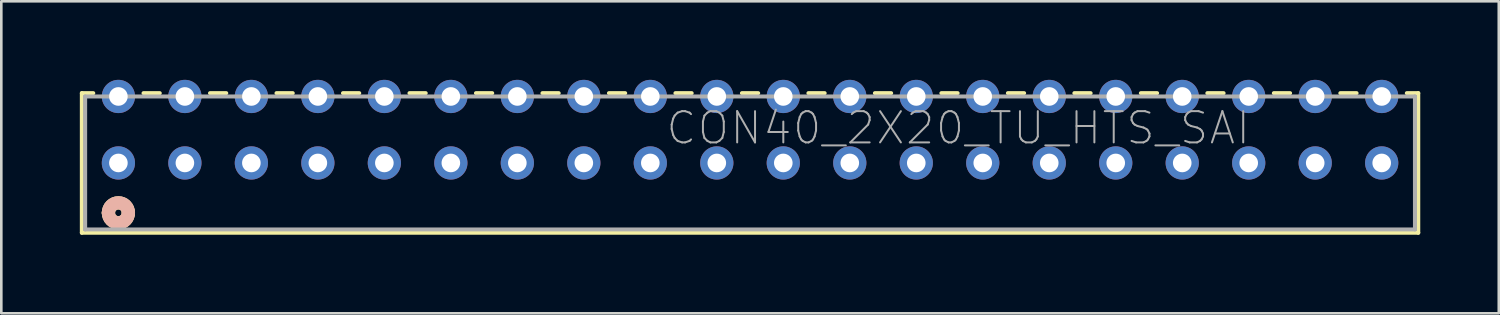
<source format=kicad_pcb>
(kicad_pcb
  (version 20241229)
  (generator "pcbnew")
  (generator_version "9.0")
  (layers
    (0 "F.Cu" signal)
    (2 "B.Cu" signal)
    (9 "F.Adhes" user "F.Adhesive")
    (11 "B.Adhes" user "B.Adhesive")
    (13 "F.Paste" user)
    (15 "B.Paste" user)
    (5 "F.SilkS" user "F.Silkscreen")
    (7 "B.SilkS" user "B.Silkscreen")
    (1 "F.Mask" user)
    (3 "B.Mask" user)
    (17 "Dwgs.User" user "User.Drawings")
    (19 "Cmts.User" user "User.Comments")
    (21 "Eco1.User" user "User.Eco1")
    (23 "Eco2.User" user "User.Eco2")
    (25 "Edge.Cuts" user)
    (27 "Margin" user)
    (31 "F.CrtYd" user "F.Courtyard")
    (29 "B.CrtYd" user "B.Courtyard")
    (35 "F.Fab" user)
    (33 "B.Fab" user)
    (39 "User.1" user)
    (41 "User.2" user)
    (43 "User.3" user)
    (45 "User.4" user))
  (footprint "CON40_2X20_TU_HTS_SAI"
    (layer "F.Cu")
    (at 25.603 1.905)
    (property "Reference" "CON40_2X20_TU_HTS_SAI" (at -3.271 0.635 0) (unlocked yes) (layer "F.Fab") (effects (font (size 1.194 1.194) (thickness 0.076)) (justify left bottom)))
    (fp_line (start -25.527 -1.397) (end -25.527 3.937) (stroke (width 0.152) (type solid)) (layer "F.SilkS"))
    (fp_line (start -25.527 3.937) (end 25.527 3.937) (stroke (width 0.152) (type solid)) (layer "F.SilkS"))
    (fp_line (start -25.089 -1.397) (end -25.527 -1.397) (stroke (width 0.152) (type solid)) (layer "F.SilkS"))
    (fp_line (start -22.549 -1.397) (end -23.171 -1.397) (stroke (width 0.152) (type solid)) (layer "F.SilkS"))
    (fp_line (start -20.009 -1.397) (end -20.631 -1.397) (stroke (width 0.152) (type solid)) (layer "F.SilkS"))
    (fp_line (start -17.469 -1.397) (end -18.091 -1.397) (stroke (width 0.152) (type solid)) (layer "F.SilkS"))
    (fp_line (start -14.929 -1.397) (end -15.551 -1.397) (stroke (width 0.152) (type solid)) (layer "F.SilkS"))
    (fp_line (start -12.389 -1.397) (end -13.011 -1.397) (stroke (width 0.152) (type solid)) (layer "F.SilkS"))
    (fp_line (start -9.849 -1.397) (end -10.471 -1.397) (stroke (width 0.152) (type solid)) (layer "F.SilkS"))
    (fp_line (start -7.309 -1.397) (end -7.931 -1.397) (stroke (width 0.152) (type solid)) (layer "F.SilkS"))
    (fp_line (start -4.769 -1.397) (end -5.391 -1.397) (stroke (width 0.152) (type solid)) (layer "F.SilkS"))
    (fp_line (start -2.229 -1.397) (end -2.851 -1.397) (stroke (width 0.152) (type solid)) (layer "F.SilkS"))
    (fp_line (start 0.311 -1.397) (end -0.311 -1.397) (stroke (width 0.152) (type solid)) (layer "F.SilkS"))
    (fp_line (start 2.851 -1.397) (end 2.229 -1.397) (stroke (width 0.152) (type solid)) (layer "F.SilkS"))
    (fp_line (start 5.391 -1.397) (end 4.769 -1.397) (stroke (width 0.152) (type solid)) (layer "F.SilkS"))
    (fp_line (start 7.931 -1.397) (end 7.309 -1.397) (stroke (width 0.152) (type solid)) (layer "F.SilkS"))
    (fp_line (start 10.471 -1.397) (end 9.849 -1.397) (stroke (width 0.152) (type solid)) (layer "F.SilkS"))
    (fp_line (start 13.011 -1.397) (end 12.389 -1.397) (stroke (width 0.152) (type solid)) (layer "F.SilkS"))
    (fp_line (start 15.551 -1.397) (end 14.929 -1.397) (stroke (width 0.152) (type solid)) (layer "F.SilkS"))
    (fp_line (start 18.091 -1.397) (end 17.469 -1.397) (stroke (width 0.152) (type solid)) (layer "F.SilkS"))
    (fp_line (start 20.631 -1.397) (end 20.009 -1.397) (stroke (width 0.152) (type solid)) (layer "F.SilkS"))
    (fp_line (start 23.171 -1.397) (end 22.549 -1.397) (stroke (width 0.152) (type solid)) (layer "F.SilkS"))
    (fp_line (start 25.527 -1.397) (end 25.089 -1.397) (stroke (width 0.152) (type solid)) (layer "F.SilkS"))
    (fp_line (start 25.527 3.937) (end 25.527 -1.397) (stroke (width 0.152) (type solid)) (layer "F.SilkS"))
    (fp_arc (start -24.511 3.175) (mid -24.13 2.794) (end -23.749 3.175) (stroke (width 0.508) (type solid)) (layer "F.SilkS"))
    (fp_arc (start -23.749 3.175) (mid -24.13 3.556) (end -24.511 3.175) (stroke (width 0.508) (type solid)) (layer "F.SilkS"))
    (fp_arc (start -24.511 3.175) (mid -24.13 2.794) (end -23.749 3.175) (stroke (width 0.508) (type solid)) (layer "B.SilkS"))
    (fp_arc (start -23.749 3.175) (mid -24.13 3.556) (end -24.511 3.175) (stroke (width 0.508) (type solid)) (layer "B.SilkS"))
    (fp_line (start -25.4 -1.27) (end -25.4 3.81) (stroke (width 0.152) (type solid)) (layer "F.Fab"))
    (fp_line (start -25.4 3.81) (end 25.4 3.81) (stroke (width 0.152) (type solid)) (layer "F.Fab"))
    (fp_line (start 25.4 -1.27) (end -25.4 -1.27) (stroke (width 0.152) (type solid)) (layer "F.Fab"))
    (fp_line (start 25.4 3.81) (end 25.4 -1.27) (stroke (width 0.152) (type solid)) (layer "F.Fab"))
    (fp_arc (start -24.384 1.27) (mid -24.13 1.016) (end -23.876 1.27) (stroke (width 0.1) (type solid)) (layer "F.Fab"))
    (fp_arc (start -23.876 1.27) (mid -24.13 1.524) (end -24.384 1.27) (stroke (width 0.1) (type solid)) (layer "F.Fab"))
    (pad "1" thru_hole circle (at -24.13 1.27 270) (size 1.27 1.27) (drill 0.711) (layers "*.Cu" "*.Mask"))
    (pad "2" thru_hole circle (at -24.13 -1.27 270) (size 1.27 1.27) (drill 0.711) (layers "*.Cu" "*.Mask"))
    (pad "3" thru_hole circle (at -21.59 1.27 270) (size 1.27 1.27) (drill 0.711) (layers "*.Cu" "*.Mask"))
    (pad "4" thru_hole circle (at -21.59 -1.27 270) (size 1.27 1.27) (drill 0.711) (layers "*.Cu" "*.Mask"))
    (pad "5" thru_hole circle (at -19.05 1.27 270) (size 1.27 1.27) (drill 0.711) (layers "*.Cu" "*.Mask"))
    (pad "6" thru_hole circle (at -19.05 -1.27 270) (size 1.27 1.27) (drill 0.711) (layers "*.Cu" "*.Mask"))
    (pad "7" thru_hole circle (at -16.51 1.27 270) (size 1.27 1.27) (drill 0.711) (layers "*.Cu" "*.Mask"))
    (pad "8" thru_hole circle (at -16.51 -1.27 270) (size 1.27 1.27) (drill 0.711) (layers "*.Cu" "*.Mask"))
    (pad "9" thru_hole circle (at -13.97 1.27 270) (size 1.27 1.27) (drill 0.711) (layers "*.Cu" "*.Mask"))
    (pad "10" thru_hole circle (at -13.97 -1.27 270) (size 1.27 1.27) (drill 0.711) (layers "*.Cu" "*.Mask"))
    (pad "11" thru_hole circle (at -11.43 1.27 270) (size 1.27 1.27) (drill 0.711) (layers "*.Cu" "*.Mask"))
    (pad "12" thru_hole circle (at -11.43 -1.27 270) (size 1.27 1.27) (drill 0.711) (layers "*.Cu" "*.Mask"))
    (pad "13" thru_hole circle (at -8.89 1.27 270) (size 1.27 1.27) (drill 0.711) (layers "*.Cu" "*.Mask"))
    (pad "14" thru_hole circle (at -8.89 -1.27 270) (size 1.27 1.27) (drill 0.711) (layers "*.Cu" "*.Mask"))
    (pad "15" thru_hole circle (at -6.35 1.27 270) (size 1.27 1.27) (drill 0.711) (layers "*.Cu" "*.Mask"))
    (pad "16" thru_hole circle (at -6.35 -1.27 270) (size 1.27 1.27) (drill 0.711) (layers "*.Cu" "*.Mask"))
    (pad "17" thru_hole circle (at -3.81 1.27 270) (size 1.27 1.27) (drill 0.711) (layers "*.Cu" "*.Mask"))
    (pad "18" thru_hole circle (at -3.81 -1.27 270) (size 1.27 1.27) (drill 0.711) (layers "*.Cu" "*.Mask"))
    (pad "19" thru_hole circle (at -1.27 1.27 270) (size 1.27 1.27) (drill 0.711) (layers "*.Cu" "*.Mask"))
    (pad "20" thru_hole circle (at -1.27 -1.27 270) (size 1.27 1.27) (drill 0.711) (layers "*.Cu" "*.Mask"))
    (pad "21" thru_hole circle (at 1.27 1.27 270) (size 1.27 1.27) (drill 0.711) (layers "*.Cu" "*.Mask"))
    (pad "22" thru_hole circle (at 1.27 -1.27 270) (size 1.27 1.27) (drill 0.711) (layers "*.Cu" "*.Mask"))
    (pad "23" thru_hole circle (at 3.81 1.27 270) (size 1.27 1.27) (drill 0.711) (layers "*.Cu" "*.Mask"))
    (pad "24" thru_hole circle (at 3.81 -1.27 270) (size 1.27 1.27) (drill 0.711) (layers "*.Cu" "*.Mask"))
    (pad "25" thru_hole circle (at 6.35 1.27 270) (size 1.27 1.27) (drill 0.711) (layers "*.Cu" "*.Mask"))
    (pad "26" thru_hole circle (at 6.35 -1.27 270) (size 1.27 1.27) (drill 0.711) (layers "*.Cu" "*.Mask"))
    (pad "27" thru_hole circle (at 8.89 1.27 270) (size 1.27 1.27) (drill 0.711) (layers "*.Cu" "*.Mask"))
    (pad "28" thru_hole circle (at 8.89 -1.27 270) (size 1.27 1.27) (drill 0.711) (layers "*.Cu" "*.Mask"))
    (pad "29" thru_hole circle (at 11.43 1.27 270) (size 1.27 1.27) (drill 0.711) (layers "*.Cu" "*.Mask"))
    (pad "30" thru_hole circle (at 11.43 -1.27 270) (size 1.27 1.27) (drill 0.711) (layers "*.Cu" "*.Mask"))
    (pad "31" thru_hole circle (at 13.97 1.27 270) (size 1.27 1.27) (drill 0.711) (layers "*.Cu" "*.Mask"))
    (pad "32" thru_hole circle (at 13.97 -1.27 270) (size 1.27 1.27) (drill 0.711) (layers "*.Cu" "*.Mask"))
    (pad "33" thru_hole circle (at 16.51 1.27 270) (size 1.27 1.27) (drill 0.711) (layers "*.Cu" "*.Mask"))
    (pad "34" thru_hole circle (at 16.51 -1.27 270) (size 1.27 1.27) (drill 0.711) (layers "*.Cu" "*.Mask"))
    (pad "35" thru_hole circle (at 19.05 1.27 270) (size 1.27 1.27) (drill 0.711) (layers "*.Cu" "*.Mask"))
    (pad "36" thru_hole circle (at 19.05 -1.27 270) (size 1.27 1.27) (drill 0.711) (layers "*.Cu" "*.Mask"))
    (pad "37" thru_hole circle (at 21.59 1.27 270) (size 1.27 1.27) (drill 0.711) (layers "*.Cu" "*.Mask"))
    (pad "38" thru_hole circle (at 21.59 -1.27 270) (size 1.27 1.27) (drill 0.711) (layers "*.Cu" "*.Mask"))
    (pad "39" thru_hole circle (at 24.13 1.27 270) (size 1.27 1.27) (drill 0.711) (layers "*.Cu" "*.Mask"))
    (pad "40" thru_hole circle (at 24.13 -1.27 270) (size 1.27 1.27) (drill 0.711) (layers "*.Cu" "*.Mask")))
  (gr_rect
    (start -3 -3)
    (end 54.206 8.918)
    (stroke (width 0.1) (type default))
    (fill no)
    (layer "Edge.Cuts")))
</source>
